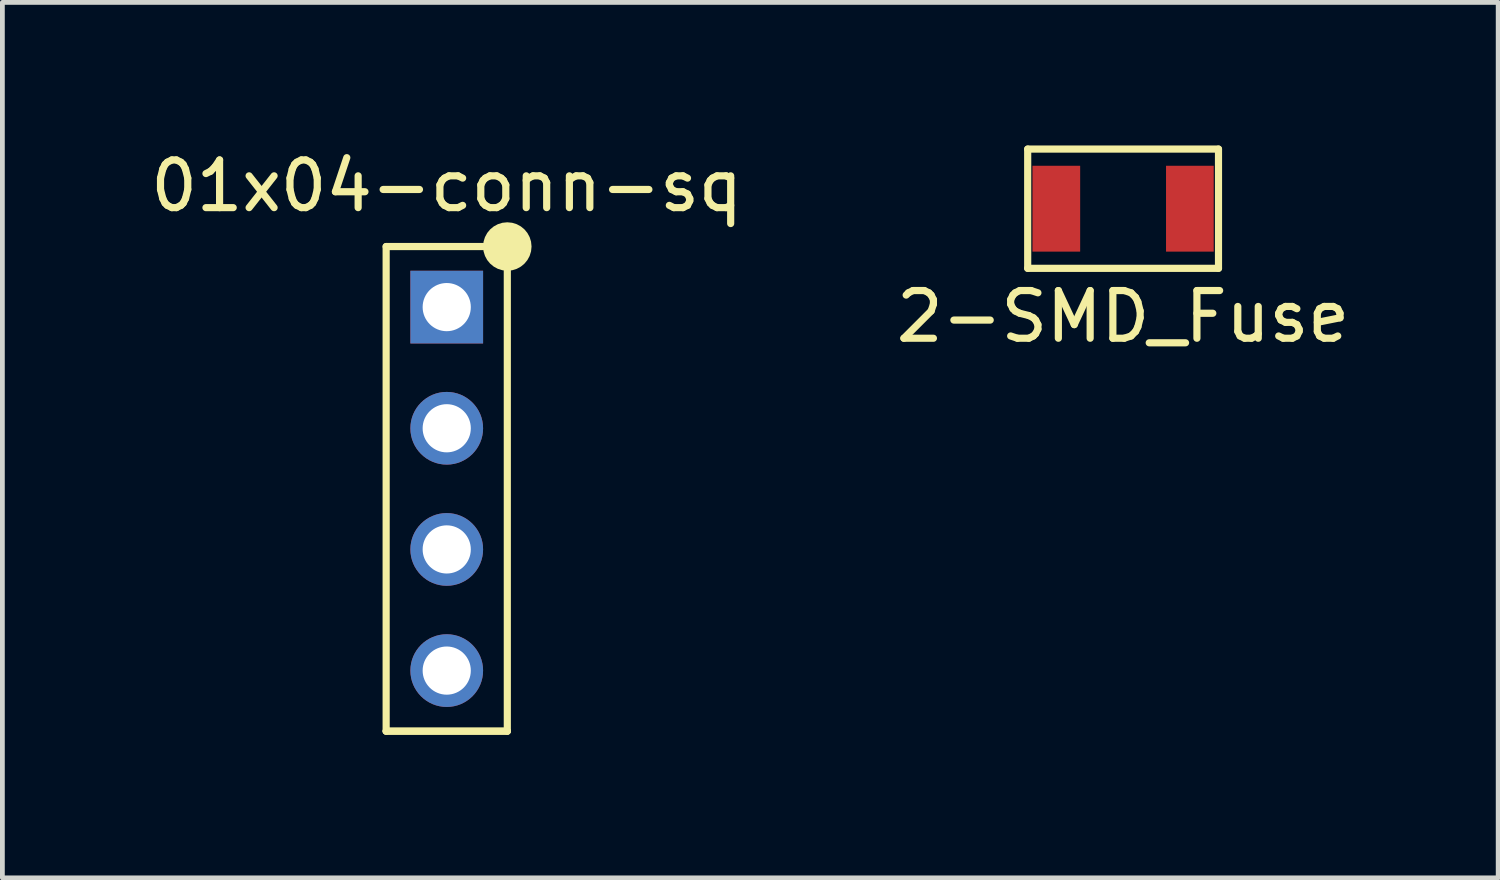
<source format=kicad_pcb>
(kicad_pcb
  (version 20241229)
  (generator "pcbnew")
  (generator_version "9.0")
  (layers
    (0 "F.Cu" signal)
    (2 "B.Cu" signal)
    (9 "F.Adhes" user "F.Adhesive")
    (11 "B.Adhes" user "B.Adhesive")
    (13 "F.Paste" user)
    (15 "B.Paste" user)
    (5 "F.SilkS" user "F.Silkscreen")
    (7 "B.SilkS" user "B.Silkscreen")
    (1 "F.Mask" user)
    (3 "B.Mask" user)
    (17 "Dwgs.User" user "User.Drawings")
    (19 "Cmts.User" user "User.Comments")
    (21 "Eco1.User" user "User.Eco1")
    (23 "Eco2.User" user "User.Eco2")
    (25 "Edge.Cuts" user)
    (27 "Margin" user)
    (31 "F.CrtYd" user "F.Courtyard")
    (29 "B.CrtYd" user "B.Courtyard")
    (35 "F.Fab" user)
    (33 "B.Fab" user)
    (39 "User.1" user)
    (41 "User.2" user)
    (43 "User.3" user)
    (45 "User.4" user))
  (footprint "2-SMD_Fuse"
    (layer "F.Cu")
    (at 20.494 1.325)
    (property "Reference" "2-SMD_Fuse" (at 0 2.261 0) (layer "F.SilkS") (effects (font (size 1 1) (thickness 0.15))))
    (attr smd)
    (fp_line (start -2 -1.25) (end 2 -1.25) (stroke (width 0.15) (type solid)) (layer "F.SilkS"))
    (fp_line (start -2 1.25) (end -2 -1.25) (stroke (width 0.15) (type solid)) (layer "F.SilkS"))
    (fp_line (start -2 1.25) (end 2 1.25) (stroke (width 0.15) (type solid)) (layer "F.SilkS"))
    (fp_line (start 2 -1.25) (end 2 1.25) (stroke (width 0.15) (type solid)) (layer "F.SilkS"))
    (pad "1" smd rect (at -1.4 0) (size 1 1.8) (layers "F.Cu" "F.Mask" "F.Paste"))
    (pad "2" smd rect (at 1.4 0) (size 1 1.8) (layers "F.Cu" "F.Mask" "F.Paste")))
  (footprint "01x04-conn-sq"
    (layer "F.Cu")
    (at 6.315 7.198)
    (property "Reference" "01x04-conn-sq" (at 0 -6.35 180) (layer "F.SilkS") (effects (font (size 1 1) (thickness 0.15))))
    (attr through_hole)
    (fp_line (start -1.27 -5.08) (end -1.27 5.08) (stroke (width 0.15) (type solid)) (layer "F.SilkS"))
    (fp_line (start -1.27 5.08) (end 1.27 5.08) (stroke (width 0.15) (type solid)) (layer "F.SilkS"))
    (fp_line (start -1.27 5.08) (end 1.27 5.08) (stroke (width 0.15) (type solid)) (layer "F.SilkS"))
    (fp_line (start 1.27 -5.08) (end -1.27 -5.08) (stroke (width 0.15) (type solid)) (layer "F.SilkS"))
    (fp_line (start 1.27 5.08) (end 1.27 -5.08) (stroke (width 0.15) (type solid)) (layer "F.SilkS"))
    (fp_circle (center 1.27 -5.08) (end 1.016 -5.08) (stroke (width 0.508) (type solid)) (fill no) (layer "F.SilkS"))
    (pad "1" thru_hole rect (at 0 -3.81) (size 1.524 1.524) (drill 1.01) (layers "*.Cu" "*.Mask"))
    (pad "2" thru_hole circle (at 0 -1.27) (size 1.524 1.524) (drill 1.01) (layers "*.Cu" "*.Mask"))
    (pad "3" thru_hole circle (at 0 1.27) (size 1.524 1.524) (drill 1.01) (layers "*.Cu" "*.Mask"))
    (pad "4" thru_hole circle (at 0 3.81) (size 1.524 1.524) (drill 1.01) (layers "*.Cu" "*.Mask")))
  (gr_rect
    (start -3 -3)
    (end 28.357 15.353)
    (stroke (width 0.1) (type default))
    (fill no)
    (layer "Edge.Cuts")))
</source>
